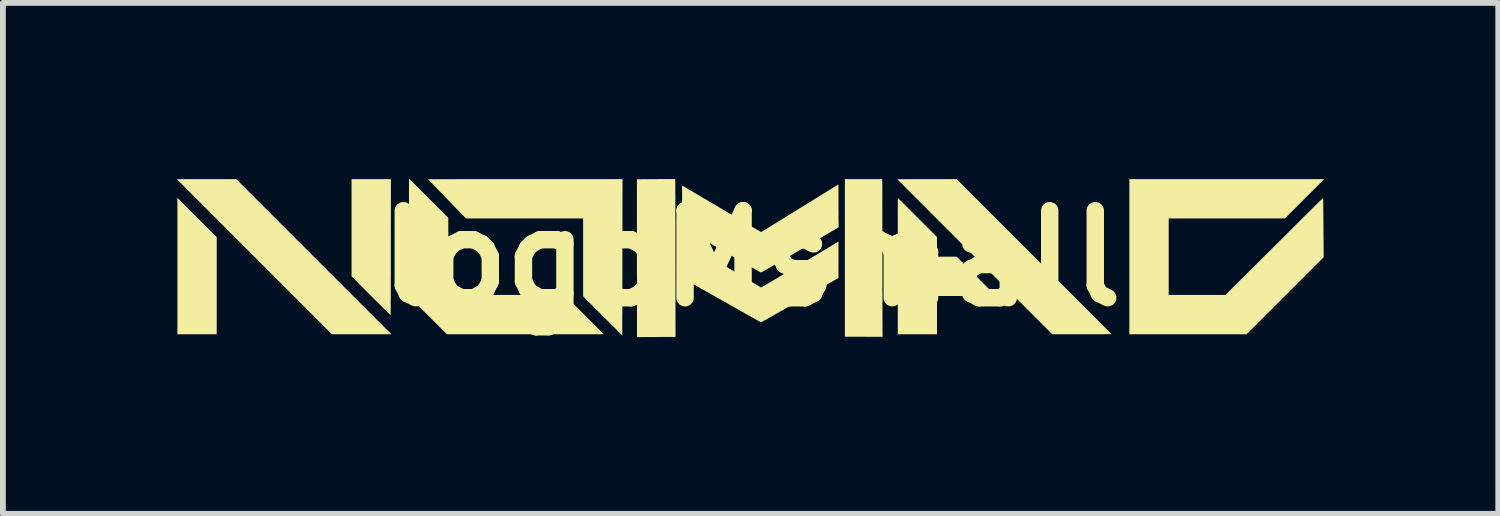
<source format=kicad_pcb>
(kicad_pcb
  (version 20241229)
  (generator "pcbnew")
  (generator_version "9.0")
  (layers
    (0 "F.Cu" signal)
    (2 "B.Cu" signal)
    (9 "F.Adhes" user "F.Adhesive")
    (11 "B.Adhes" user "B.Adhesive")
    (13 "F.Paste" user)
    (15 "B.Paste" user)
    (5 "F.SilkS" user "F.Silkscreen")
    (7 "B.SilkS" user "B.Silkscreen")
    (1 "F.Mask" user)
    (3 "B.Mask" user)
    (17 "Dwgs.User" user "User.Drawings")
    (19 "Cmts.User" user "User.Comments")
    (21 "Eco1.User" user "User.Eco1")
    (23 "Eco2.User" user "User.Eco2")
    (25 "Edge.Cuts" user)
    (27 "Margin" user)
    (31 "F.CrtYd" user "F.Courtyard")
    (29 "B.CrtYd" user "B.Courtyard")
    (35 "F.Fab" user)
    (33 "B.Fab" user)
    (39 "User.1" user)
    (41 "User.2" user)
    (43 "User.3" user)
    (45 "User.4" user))
  (footprint "logoMsmall"
    (layer "F.Cu")
    (at 9.902 1.404)
    (property "Reference" "logoMsmall" (at 0 0 0) (layer "F.SilkS") (effects (font (size 1.5 1.5) (thickness 0.3))))
    (attr board_only exclude_from_pos_files exclude_from_bom)
    (fp_poly (pts (xy -9.555 -0.706) (xy -9.216 -0.367) (xy -9.216 0.47) (xy -9.216 1.308) (xy -9.555 1.308) (xy -9.894 1.308) (xy -9.894 0.132) (xy -9.894 -1.045)) (stroke (width 0) (type solid)) (fill yes) (layer "F.SilkS"))
    (fp_poly (pts (xy -5.563 -1.037) (xy -5.224 -0.699) (xy -5.224 -0.035) (xy -5.224 0.63) (xy -4.221 0.63) (xy -3.219 0.631) (xy -2.881 0.969) (xy -2.543 1.308) (xy -3.896 1.308) (xy -5.249 1.308) (xy -5.576 0.981) (xy -5.902 0.655) (xy -5.902 -0.36) (xy -5.902 -1.374)) (stroke (width 0) (type solid)) (fill yes) (layer "F.SilkS"))
    (fp_poly (pts (xy 2.259 -0.06) (xy 2.259 0.013) (xy 2.259 0.085) (xy 2.259 0.155) (xy 2.259 0.225) (xy 2.259 0.294) (xy 2.259 0.361) (xy 2.259 0.427) (xy 2.259 0.491) (xy 2.259 0.554) (xy 2.26 0.615) (xy 2.26 0.674) (xy 2.26 0.731) (xy 2.26 0.786) (xy 2.26 0.839) (xy 2.26 0.889) (xy 2.26 0.938) (xy 2.26 0.983) (xy 2.26 1.027) (xy 2.26 1.067) (xy 2.261 1.105) (xy 2.261 1.139) (xy 2.261 1.171) (xy 2.261 1.199) (xy 2.261 1.224) (xy 2.261 1.246) (xy 2.261 1.264) (xy 2.261 1.279) (xy 2.261 1.29) (xy 2.261 1.297) (xy 2.261 1.3) (xy 2.263 1.352) (xy 2.006 1.352) (xy 1.973 1.351) (xy 1.94 1.351) (xy 1.907 1.351) (xy 1.875 1.351) (xy 1.844 1.351) (xy 1.815 1.351) (xy 1.788 1.351) (xy 1.762 1.351) (xy 1.739 1.351) (xy 1.719 1.351) (xy 1.702 1.351) (xy 1.688 1.351) (xy 1.681 1.351) (xy 1.612 1.35) (xy 1.612 -0.008) (xy 1.612 -1.366) (xy 1.935 -1.366) (xy 2.257 -1.366)) (stroke (width 0) (type solid)) (fill yes) (layer "F.SilkS"))
    (fp_poly (pts (xy 2.862 -0.707) (xy 3.2 -0.369) (xy 3.2 -0.2) (xy 3.2 -0.03) (xy 3.37 -0.03) (xy 3.539 -0.03) (xy 3.877 0.308) (xy 3.907 0.338) (xy 3.937 0.368) (xy 3.966 0.397) (xy 3.994 0.425) (xy 4.021 0.452) (xy 4.047 0.478) (xy 4.071 0.503) (xy 4.094 0.526) (xy 4.115 0.547) (xy 4.135 0.566) (xy 4.153 0.584) (xy 4.168 0.6) (xy 4.182 0.614) (xy 4.193 0.625) (xy 4.202 0.634) (xy 4.209 0.641) (xy 4.213 0.645) (xy 4.214 0.647) (xy 4.212 0.647) (xy 4.206 0.647) (xy 4.197 0.647) (xy 4.184 0.647) (xy 4.168 0.647) (xy 4.148 0.647) (xy 4.126 0.647) (xy 4.1 0.647) (xy 4.072 0.648) (xy 4.042 0.648) (xy 4.009 0.648) (xy 3.974 0.648) (xy 3.938 0.648) (xy 3.899 0.648) (xy 3.859 0.648) (xy 3.817 0.648) (xy 3.774 0.648) (xy 3.729 0.648) (xy 3.707 0.648) (xy 3.2 0.648) (xy 3.2 0.978) (xy 3.2 1.308) (xy 2.862 1.308) (xy 2.524 1.308) (xy 2.524 0.132) (xy 2.524 -1.045)) (stroke (width 0) (type solid)) (fill yes) (layer "F.SilkS"))
    (fp_poly (pts (xy -7.542 -0.029) (xy -6.205 1.308) (xy -6.718 1.308) (xy -7.231 1.308) (xy -8.567 -0.028) (xy -8.628 -0.089) (xy -8.689 -0.15) (xy -8.749 -0.21) (xy -8.808 -0.269) (xy -8.866 -0.327) (xy -8.923 -0.384) (xy -8.98 -0.441) (xy -9.035 -0.496) (xy -9.089 -0.55) (xy -9.142 -0.603) (xy -9.194 -0.655) (xy -9.244 -0.705) (xy -9.293 -0.754) (xy -9.341 -0.802) (xy -9.387 -0.848) (xy -9.431 -0.893) (xy -9.474 -0.936) (xy -9.516 -0.977) (xy -9.555 -1.017) (xy -9.593 -1.055) (xy -9.629 -1.09) (xy -9.663 -1.124) (xy -9.695 -1.157) (xy -9.725 -1.187) (xy -9.753 -1.214) (xy -9.778 -1.24) (xy -9.802 -1.264) (xy -9.823 -1.285) (xy -9.842 -1.304) (xy -9.858 -1.32) (xy -9.872 -1.334) (xy -9.883 -1.345) (xy -9.892 -1.354) (xy -9.898 -1.36) (xy -9.901 -1.364) (xy -9.902 -1.365) (xy -9.9 -1.365) (xy -9.894 -1.365) (xy -9.885 -1.365) (xy -9.872 -1.365) (xy -9.855 -1.365) (xy -9.836 -1.365) (xy -9.814 -1.365) (xy -9.788 -1.365) (xy -9.76 -1.366) (xy -9.73 -1.366) (xy -9.697 -1.366) (xy -9.662 -1.366) (xy -9.625 -1.366) (xy -9.587 -1.366) (xy -9.546 -1.366) (xy -9.504 -1.366) (xy -9.461 -1.366) (xy -9.417 -1.366) (xy -9.39 -1.366) (xy -8.879 -1.366)) (stroke (width 0) (type solid)) (fill yes) (layer "F.SilkS"))
    (fp_poly (pts (xy -6.215 -0.276) (xy -6.215 -0.189) (xy -6.215 -0.107) (xy -6.215 -0.028) (xy -6.215 0.047) (xy -6.215 0.118) (xy -6.215 0.186) (xy -6.215 0.25) (xy -6.216 0.311) (xy -6.216 0.368) (xy -6.216 0.423) (xy -6.216 0.474) (xy -6.216 0.522) (xy -6.216 0.567) (xy -6.216 0.609) (xy -6.216 0.648) (xy -6.216 0.685) (xy -6.217 0.719) (xy -6.217 0.75) (xy -6.217 0.779) (xy -6.217 0.806) (xy -6.217 0.83) (xy -6.217 0.852) (xy -6.217 0.872) (xy -6.218 0.89) (xy -6.218 0.906) (xy -6.218 0.921) (xy -6.218 0.933) (xy -6.218 0.944) (xy -6.219 0.953) (xy -6.219 0.96) (xy -6.219 0.966) (xy -6.219 0.971) (xy -6.219 0.974) (xy -6.22 0.977) (xy -6.22 0.978) (xy -6.22 0.978) (xy -6.222 0.977) (xy -6.226 0.973) (xy -6.233 0.966) (xy -6.242 0.957) (xy -6.253 0.946) (xy -6.266 0.933) (xy -6.281 0.918) (xy -6.298 0.902) (xy -6.317 0.884) (xy -6.336 0.864) (xy -6.357 0.844) (xy -6.379 0.822) (xy -6.401 0.8) (xy -6.411 0.79) (xy -6.437 0.764) (xy -6.465 0.736) (xy -6.494 0.707) (xy -6.524 0.678) (xy -6.554 0.648) (xy -6.584 0.618) (xy -6.614 0.588) (xy -6.643 0.559) (xy -6.67 0.532) (xy -6.696 0.505) (xy -6.72 0.481) (xy -6.742 0.46) (xy -6.746 0.456) (xy -6.892 0.308) (xy -6.892 -0.529) (xy -6.892 -1.366) (xy -6.553 -1.366) (xy -6.213 -1.366)) (stroke (width 0) (type solid)) (fill yes) (layer "F.SilkS"))
    (fp_poly (pts (xy 9.536 -1.027) (xy 9.197 -0.688) (xy 8.196 -0.688) (xy 7.194 -0.688) (xy 7.194 -0.029) (xy 7.194 0.63) (xy 7.683 0.63) (xy 8.171 0.63) (xy 8.751 0.054) (xy 8.794 0.011) (xy 8.838 -0.033) (xy 8.882 -0.077) (xy 8.927 -0.121) (xy 8.972 -0.165) (xy 9.016 -0.21) (xy 9.06 -0.254) (xy 9.104 -0.297) (xy 9.148 -0.34) (xy 9.19 -0.383) (xy 9.232 -0.424) (xy 9.273 -0.465) (xy 9.312 -0.504) (xy 9.35 -0.542) (xy 9.387 -0.578) (xy 9.422 -0.613) (xy 9.455 -0.646) (xy 9.486 -0.677) (xy 9.515 -0.706) (xy 9.542 -0.732) (xy 9.566 -0.757) (xy 9.588 -0.778) (xy 9.594 -0.784) (xy 9.621 -0.81) (xy 9.647 -0.837) (xy 9.672 -0.862) (xy 9.697 -0.886) (xy 9.72 -0.909) (xy 9.742 -0.931) (xy 9.762 -0.951) (xy 9.781 -0.969) (xy 9.798 -0.986) (xy 9.813 -1.001) (xy 9.826 -1.014) (xy 9.837 -1.025) (xy 9.846 -1.033) (xy 9.852 -1.039) (xy 9.856 -1.043) (xy 9.857 -1.044) (xy 9.857 -1.042) (xy 9.857 -1.036) (xy 9.857 -1.026) (xy 9.857 -1.013) (xy 9.858 -0.997) (xy 9.858 -0.977) (xy 9.858 -0.955) (xy 9.858 -0.93) (xy 9.859 -0.902) (xy 9.859 -0.871) (xy 9.859 -0.838) (xy 9.86 -0.803) (xy 9.86 -0.766) (xy 9.86 -0.728) (xy 9.861 -0.687) (xy 9.861 -0.645) (xy 9.861 -0.602) (xy 9.862 -0.558) (xy 9.862 -0.532) (xy 9.866 -0.021) (xy 9.202 0.643) (xy 8.537 1.308) (xy 7.527 1.308) (xy 6.516 1.308) (xy 6.516 -0.029) (xy 6.516 -1.366) (xy 8.195 -1.366) (xy 9.875 -1.366)) (stroke (width 0) (type solid)) (fill yes) (layer "F.SilkS"))
    (fp_poly (pts (xy -2.223 -0.061) (xy -2.223 0.012) (xy -2.223 0.083) (xy -2.223 0.154) (xy -2.223 0.223) (xy -2.223 0.292) (xy -2.223 0.359) (xy -2.224 0.424) (xy -2.224 0.488) (xy -2.224 0.55) (xy -2.224 0.611) (xy -2.224 0.67) (xy -2.224 0.726) (xy -2.224 0.781) (xy -2.224 0.833) (xy -2.224 0.883) (xy -2.224 0.931) (xy -2.225 0.976) (xy -2.225 1.019) (xy -2.225 1.059) (xy -2.225 1.096) (xy -2.225 1.13) (xy -2.225 1.161) (xy -2.225 1.189) (xy -2.225 1.213) (xy -2.225 1.234) (xy -2.225 1.252) (xy -2.225 1.266) (xy -2.226 1.277) (xy -2.226 1.283) (xy -2.226 1.285) (xy -2.227 1.325) (xy -2.266 1.287) (xy -2.271 1.282) (xy -2.279 1.274) (xy -2.29 1.264) (xy -2.302 1.251) (xy -2.318 1.236) (xy -2.335 1.219) (xy -2.354 1.2) (xy -2.374 1.18) (xy -2.397 1.157) (xy -2.42 1.134) (xy -2.446 1.109) (xy -2.472 1.083) (xy -2.499 1.055) (xy -2.527 1.027) (xy -2.556 0.999) (xy -2.585 0.97) (xy -2.603 0.952) (xy -2.9 0.655) (xy -2.9 -0.016) (xy -2.9 -0.688) (xy -3.91 -0.688) (xy -4.919 -0.688) (xy -5.246 -1.025) (xy -5.276 -1.056) (xy -5.305 -1.086) (xy -5.334 -1.116) (xy -5.361 -1.144) (xy -5.387 -1.171) (xy -5.413 -1.197) (xy -5.436 -1.222) (xy -5.459 -1.245) (xy -5.479 -1.266) (xy -5.498 -1.286) (xy -5.515 -1.304) (xy -5.53 -1.319) (xy -5.544 -1.333) (xy -5.554 -1.344) (xy -5.563 -1.353) (xy -5.569 -1.36) (xy -5.573 -1.363) (xy -5.574 -1.364) (xy -5.572 -1.364) (xy -5.566 -1.365) (xy -5.556 -1.365) (xy -5.543 -1.365) (xy -5.526 -1.365) (xy -5.505 -1.365) (xy -5.481 -1.365) (xy -5.454 -1.365) (xy -5.423 -1.365) (xy -5.389 -1.365) (xy -5.353 -1.365) (xy -5.313 -1.365) (xy -5.27 -1.365) (xy -5.224 -1.365) (xy -5.176 -1.365) (xy -5.125 -1.365) (xy -5.072 -1.366) (xy -5.016 -1.366) (xy -4.958 -1.366) (xy -4.898 -1.366) (xy -4.835 -1.366) (xy -4.77 -1.366) (xy -4.704 -1.366) (xy -4.635 -1.366) (xy -4.565 -1.366) (xy -4.493 -1.366) (xy -4.42 -1.366) (xy -4.345 -1.366) (xy -4.268 -1.366) (xy -4.191 -1.366) (xy -4.112 -1.366) (xy -4.032 -1.366) (xy -3.95 -1.366) (xy -3.898 -1.366) (xy -2.221 -1.366)) (stroke (width 0) (type solid)) (fill yes) (layer "F.SilkS"))
    (fp_poly (pts (xy 4.875 -0.03) (xy 4.936 0.031) (xy 4.997 0.092) (xy 5.057 0.152) (xy 5.116 0.211) (xy 5.174 0.269) (xy 5.231 0.326) (xy 5.288 0.383) (xy 5.343 0.438) (xy 5.397 0.492) (xy 5.45 0.545) (xy 5.502 0.597) (xy 5.552 0.647) (xy 5.601 0.696) (xy 5.649 0.744) (xy 5.695 0.79) (xy 5.739 0.835) (xy 5.782 0.878) (xy 5.824 0.919) (xy 5.863 0.959) (xy 5.901 0.997) (xy 5.937 1.032) (xy 5.971 1.066) (xy 6.003 1.099) (xy 6.033 1.129) (xy 6.061 1.156) (xy 6.086 1.182) (xy 6.11 1.206) (xy 6.131 1.227) (xy 6.15 1.246) (xy 6.166 1.262) (xy 6.18 1.276) (xy 6.191 1.287) (xy 6.2 1.296) (xy 6.206 1.302) (xy 6.209 1.306) (xy 6.21 1.306) (xy 6.208 1.307) (xy 6.202 1.307) (xy 6.193 1.307) (xy 6.18 1.307) (xy 6.163 1.307) (xy 6.144 1.307) (xy 6.122 1.307) (xy 6.096 1.307) (xy 6.068 1.308) (xy 6.038 1.308) (xy 6.005 1.308) (xy 5.97 1.308) (xy 5.933 1.308) (xy 5.895 1.308) (xy 5.854 1.308) (xy 5.812 1.308) (xy 5.769 1.308) (xy 5.725 1.308) (xy 5.698 1.308) (xy 5.187 1.308) (xy 3.851 -0.028) (xy 3.79 -0.089) (xy 3.729 -0.15) (xy 3.669 -0.21) (xy 3.61 -0.269) (xy 3.552 -0.327) (xy 3.495 -0.384) (xy 3.438 -0.441) (xy 3.383 -0.496) (xy 3.329 -0.55) (xy 3.276 -0.603) (xy 3.224 -0.655) (xy 3.174 -0.705) (xy 3.125 -0.754) (xy 3.077 -0.802) (xy 3.031 -0.848) (xy 2.987 -0.893) (xy 2.944 -0.936) (xy 2.902 -0.977) (xy 2.863 -1.017) (xy 2.825 -1.055) (xy 2.789 -1.09) (xy 2.755 -1.124) (xy 2.723 -1.157) (xy 2.693 -1.187) (xy 2.665 -1.214) (xy 2.64 -1.24) (xy 2.616 -1.264) (xy 2.595 -1.285) (xy 2.576 -1.304) (xy 2.56 -1.32) (xy 2.546 -1.334) (xy 2.535 -1.345) (xy 2.526 -1.354) (xy 2.52 -1.36) (xy 2.517 -1.364) (xy 2.516 -1.365) (xy 2.518 -1.365) (xy 2.524 -1.365) (xy 2.533 -1.365) (xy 2.546 -1.365) (xy 2.563 -1.365) (xy 2.582 -1.365) (xy 2.604 -1.365) (xy 2.63 -1.365) (xy 2.658 -1.366) (xy 2.688 -1.366) (xy 2.721 -1.366) (xy 2.756 -1.366) (xy 2.793 -1.366) (xy 2.831 -1.366) (xy 2.872 -1.366) (xy 2.914 -1.366) (xy 2.957 -1.366) (xy 3.001 -1.366) (xy 3.027 -1.366) (xy 3.539 -1.366)) (stroke (width 0) (type solid)) (fill yes) (layer "F.SilkS"))
    (fp_poly (pts (xy -1.363 -1.367) (xy -1.346 -1.367) (xy -1.333 -1.367) (xy -1.322 -1.367) (xy -1.315 -1.367) (xy -1.312 -1.367) (xy -1.312 -1.367) (xy -1.312 -1.365) (xy -1.312 -1.359) (xy -1.312 -1.349) (xy -1.311 -1.335) (xy -1.311 -1.318) (xy -1.311 -1.296) (xy -1.311 -1.272) (xy -1.311 -1.244) (xy -1.311 -1.212) (xy -1.311 -1.177) (xy -1.311 -1.139) (xy -1.31 -1.097) (xy -1.31 -1.052) (xy -1.31 -1.004) (xy -1.31 -0.954) (xy -1.31 -0.9) (xy -1.31 -0.843) (xy -1.31 -0.783) (xy -1.31 -0.721) (xy -1.31 -0.656) (xy -1.309 -0.588) (xy -1.309 -0.518) (xy -1.309 -0.445) (xy -1.309 -0.37) (xy -1.309 -0.293) (xy -1.309 -0.213) (xy -1.309 -0.131) (xy -1.309 -0.047) (xy -1.309 -0.005) (xy -1.307 1.354) (xy -1.408 1.354) (xy -1.424 1.354) (xy -1.444 1.354) (xy -1.467 1.354) (xy -1.492 1.354) (xy -1.52 1.354) (xy -1.55 1.354) (xy -1.581 1.355) (xy -1.613 1.355) (xy -1.646 1.355) (xy -1.679 1.355) (xy -1.712 1.355) (xy -1.741 1.355) (xy -1.972 1.357) (xy -1.972 0.312) (xy -1.973 0.213) (xy -1.973 0.118) (xy -1.973 0.027) (xy -1.973 -0.06) (xy -1.973 -0.144) (xy -1.973 -0.224) (xy -1.973 -0.3) (xy -1.973 -0.373) (xy -1.973 -0.443) (xy -1.973 -0.509) (xy -1.973 -0.572) (xy -1.973 -0.632) (xy -1.973 -0.689) (xy -1.973 -0.743) (xy -1.973 -0.794) (xy -1.973 -0.842) (xy -1.973 -0.887) (xy -1.973 -0.93) (xy -1.973 -0.97) (xy -1.973 -1.008) (xy -1.973 -1.043) (xy -1.973 -1.076) (xy -1.973 -1.107) (xy -1.973 -1.135) (xy -1.973 -1.161) (xy -1.973 -1.186) (xy -1.973 -1.208) (xy -1.973 -1.228) (xy -1.973 -1.247) (xy -1.973 -1.264) (xy -1.973 -1.279) (xy -1.973 -1.293) (xy -1.973 -1.305) (xy -1.973 -1.316) (xy -1.972 -1.325) (xy -1.972 -1.333) (xy -1.972 -1.34) (xy -1.972 -1.346) (xy -1.972 -1.351) (xy -1.972 -1.355) (xy -1.972 -1.358) (xy -1.972 -1.36) (xy -1.972 -1.362) (xy -1.972 -1.363) (xy -1.972 -1.363) (xy -1.972 -1.363) (xy -1.97 -1.363) (xy -1.964 -1.363) (xy -1.954 -1.364) (xy -1.942 -1.364) (xy -1.926 -1.364) (xy -1.908 -1.364) (xy -1.887 -1.365) (xy -1.864 -1.365) (xy -1.839 -1.365) (xy -1.812 -1.365) (xy -1.784 -1.365) (xy -1.755 -1.366) (xy -1.725 -1.366) (xy -1.694 -1.366) (xy -1.662 -1.366) (xy -1.631 -1.366) (xy -1.599 -1.367) (xy -1.568 -1.367) (xy -1.538 -1.367) (xy -1.508 -1.367) (xy -1.48 -1.367) (xy -1.453 -1.367) (xy -1.427 -1.367) (xy -1.404 -1.367) (xy -1.382 -1.367)) (stroke (width 0) (type solid)) (fill yes) (layer "F.SilkS"))
    (fp_poly (pts (xy -0.887 -0.131) (xy -0.849 -0.108) (xy -0.81 -0.084) (xy -0.768 -0.059) (xy -0.725 -0.033) (xy -0.681 -0.007) (xy -0.636 0.02) (xy -0.591 0.047) (xy -0.547 0.074) (xy -0.503 0.1) (xy -0.461 0.126) (xy -0.42 0.15) (xy -0.382 0.173) (xy -0.346 0.195) (xy -0.314 0.214) (xy -0.262 0.245) (xy -0.213 0.275) (xy -0.166 0.303) (xy -0.122 0.329) (xy -0.082 0.354) (xy -0.044 0.376) (xy -0.009 0.397) (xy 0.022 0.416) (xy 0.051 0.433) (xy 0.076 0.448) (xy 0.098 0.461) (xy 0.117 0.473) (xy 0.133 0.482) (xy 0.145 0.489) (xy 0.154 0.494) (xy 0.159 0.498) (xy 0.161 0.499) (xy 0.167 0.502) (xy 0.196 0.485) (xy 0.212 0.476) (xy 0.23 0.466) (xy 0.252 0.453) (xy 0.276 0.439) (xy 0.303 0.423) (xy 0.333 0.406) (xy 0.364 0.387) (xy 0.398 0.367) (xy 0.434 0.346) (xy 0.471 0.324) (xy 0.51 0.301) (xy 0.55 0.277) (xy 0.592 0.252) (xy 0.634 0.227) (xy 0.678 0.202) (xy 0.721 0.176) (xy 0.766 0.149) (xy 0.81 0.123) (xy 0.855 0.096) (xy 0.9 0.07) (xy 0.944 0.043) (xy 0.988 0.017) (xy 1.031 -0.009) (xy 1.073 -0.034) (xy 1.115 -0.058) (xy 1.155 -0.082) (xy 1.194 -0.106) (xy 1.231 -0.128) (xy 1.266 -0.149) (xy 1.3 -0.169) (xy 1.331 -0.188) (xy 1.361 -0.206) (xy 1.388 -0.222) (xy 1.412 -0.236) (xy 1.433 -0.249) (xy 1.451 -0.261) (xy 1.467 -0.27) (xy 1.473 -0.273) (xy 1.502 -0.292) (xy 1.502 0.023) (xy 1.501 0.338) (xy 1.239 0.489) (xy 1.162 0.533) (xy 1.089 0.576) (xy 1.019 0.616) (xy 0.953 0.654) (xy 0.89 0.691) (xy 0.829 0.725) (xy 0.772 0.758) (xy 0.718 0.789) (xy 0.667 0.818) (xy 0.619 0.846) (xy 0.574 0.872) (xy 0.531 0.897) (xy 0.491 0.919) (xy 0.454 0.941) (xy 0.419 0.961) (xy 0.387 0.979) (xy 0.358 0.996) (xy 0.33 1.011) (xy 0.306 1.025) (xy 0.283 1.038) (xy 0.263 1.05) (xy 0.245 1.06) (xy 0.228 1.069) (xy 0.214 1.077) (xy 0.202 1.084) (xy 0.192 1.089) (xy 0.184 1.094) (xy 0.177 1.097) (xy 0.173 1.1) (xy 0.169 1.101) (xy 0.168 1.102) (xy 0.168 1.102) (xy 0.165 1.101) (xy 0.159 1.099) (xy 0.153 1.095) (xy 0.15 1.094) (xy 0.142 1.089) (xy 0.132 1.084) (xy 0.12 1.077) (xy 0.105 1.069) (xy 0.088 1.059) (xy 0.069 1.048) (xy 0.047 1.036) (xy 0.022 1.022) (xy -0.005 1.007) (xy -0.035 0.99) (xy -0.068 0.972) (xy -0.103 0.952) (xy -0.141 0.93) (xy -0.183 0.907) (xy -0.227 0.882) (xy -0.274 0.855) (xy -0.324 0.827) (xy -0.378 0.796) (xy -0.435 0.764) (xy -0.494 0.731) (xy -0.558 0.695) (xy -0.624 0.657) (xy -0.686 0.622) (xy -0.741 0.591) (xy -0.793 0.562) (xy -0.841 0.535) (xy -0.886 0.51) (xy -0.927 0.486) (xy -0.965 0.465) (xy -1 0.445) (xy -1.032 0.427) (xy -1.06 0.411) (xy -1.085 0.397) (xy -1.107 0.385) (xy -1.126 0.374) (xy -1.141 0.366) (xy -1.154 0.359) (xy -1.163 0.353) (xy -1.17 0.35) (xy -1.172 0.348) (xy -1.179 0.344) (xy -1.186 0.341) (xy -1.19 0.338) (xy -1.191 0.338) (xy -1.191 0.337) (xy -1.191 0.336) (xy -1.192 0.335) (xy -1.192 0.333) (xy -1.192 0.33) (xy -1.193 0.325) (xy -1.193 0.32) (xy -1.193 0.313) (xy -1.193 0.304) (xy -1.193 0.294) (xy -1.194 0.281) (xy -1.194 0.266) (xy -1.194 0.249) (xy -1.194 0.23) (xy -1.194 0.207) (xy -1.194 0.182) (xy -1.194 0.154) (xy -1.194 0.122) (xy -1.194 0.087) (xy -1.194 0.048) (xy -1.194 0.01) (xy -1.193 -0.315)) (stroke (width 0) (type solid)) (fill yes) (layer "F.SilkS"))
    (fp_poly (pts (xy 1.5 -1.272) (xy 1.501 -1.266) (xy 1.501 -1.257) (xy 1.501 -1.245) (xy 1.501 -1.229) (xy 1.501 -1.211) (xy 1.502 -1.19) (xy 1.502 -1.167) (xy 1.502 -1.141) (xy 1.502 -1.114) (xy 1.502 -1.086) (xy 1.502 -1.056) (xy 1.502 -1.023) (xy 1.502 -0.988) (xy 1.502 -0.952) (xy 1.502 -0.916) (xy 1.502 -0.879) (xy 1.502 -0.843) (xy 1.503 -0.808) (xy 1.503 -0.775) (xy 1.503 -0.744) (xy 1.503 -0.716) (xy 1.503 -0.691) (xy 1.503 -0.688) (xy 1.505 -0.537) (xy 1.473 -0.518) (xy 1.46 -0.51) (xy 1.444 -0.5) (xy 1.425 -0.489) (xy 1.403 -0.476) (xy 1.379 -0.462) (xy 1.352 -0.446) (xy 1.323 -0.429) (xy 1.291 -0.411) (xy 1.258 -0.391) (xy 1.223 -0.37) (xy 1.186 -0.349) (xy 1.148 -0.327) (xy 1.109 -0.303) (xy 1.068 -0.28) (xy 1.027 -0.255) (xy 0.984 -0.231) (xy 0.941 -0.206) (xy 0.898 -0.18) (xy 0.854 -0.155) (xy 0.811 -0.129) (xy 0.767 -0.104) (xy 0.724 -0.078) (xy 0.681 -0.053) (xy 0.638 -0.029) (xy 0.597 -0.004) (xy 0.556 0.019) (xy 0.516 0.042) (xy 0.478 0.065) (xy 0.441 0.086) (xy 0.406 0.107) (xy 0.372 0.126) (xy 0.341 0.145) (xy 0.311 0.162) (xy 0.284 0.178) (xy 0.259 0.192) (xy 0.237 0.205) (xy 0.218 0.216) (xy 0.202 0.225) (xy 0.188 0.233) (xy 0.18 0.238) (xy 0.174 0.241) (xy 0.169 0.243) (xy 0.167 0.244) (xy 0.164 0.243) (xy 0.159 0.241) (xy 0.157 0.24) (xy 0.153 0.238) (xy 0.147 0.234) (xy 0.136 0.228) (xy 0.123 0.221) (xy 0.107 0.211) (xy 0.089 0.201) (xy 0.067 0.189) (xy 0.044 0.175) (xy 0.018 0.16) (xy -0.01 0.144) (xy -0.041 0.127) (xy -0.073 0.108) (xy -0.106 0.089) (xy -0.142 0.069) (xy -0.178 0.047) (xy -0.216 0.026) (xy -0.255 0.003) (xy -0.295 -0.02) (xy -0.336 -0.043) (xy -0.377 -0.067) (xy -0.419 -0.091) (xy -0.462 -0.116) (xy -0.504 -0.14) (xy -0.547 -0.165) (xy -0.59 -0.19) (xy -0.632 -0.214) (xy -0.656 -0.228) (xy -0.675 -0.239) (xy -0.698 -0.252) (xy -0.723 -0.267) (xy -0.75 -0.282) (xy -0.779 -0.299) (xy -0.81 -0.317) (xy -0.841 -0.335) (xy -0.873 -0.353) (xy -0.905 -0.371) (xy -0.936 -0.389) (xy -0.966 -0.407) (xy -0.989 -0.42) (xy -1.194 -0.539) (xy -1.194 -0.897) (xy -1.194 -1.256) (xy -1.19 -1.254) (xy -1.187 -1.252) (xy -1.182 -1.249) (xy -1.173 -1.244) (xy -1.161 -1.237) (xy -1.146 -1.229) (xy -1.129 -1.218) (xy -1.109 -1.207) (xy -1.087 -1.193) (xy -1.062 -1.179) (xy -1.036 -1.163) (xy -1.007 -1.146) (xy -0.976 -1.128) (xy -0.944 -1.109) (xy -0.91 -1.09) (xy -0.875 -1.069) (xy -0.839 -1.047) (xy -0.801 -1.025) (xy -0.763 -1.003) (xy -0.724 -0.979) (xy -0.684 -0.956) (xy -0.644 -0.932) (xy -0.603 -0.908) (xy -0.562 -0.884) (xy -0.521 -0.86) (xy -0.48 -0.836) (xy -0.439 -0.811) (xy -0.399 -0.788) (xy -0.359 -0.764) (xy -0.32 -0.741) (xy -0.281 -0.718) (xy -0.244 -0.696) (xy -0.207 -0.675) (xy -0.172 -0.654) (xy -0.139 -0.634) (xy -0.106 -0.615) (xy -0.076 -0.597) (xy -0.047 -0.58) (xy -0.021 -0.564) (xy 0.004 -0.55) (xy 0.026 -0.537) (xy 0.046 -0.525) (xy 0.063 -0.515) (xy 0.078 -0.506) (xy 0.085 -0.502) (xy 0.102 -0.492) (xy 0.117 -0.483) (xy 0.131 -0.475) (xy 0.143 -0.468) (xy 0.153 -0.462) (xy 0.161 -0.458) (xy 0.166 -0.455) (xy 0.167 -0.454) (xy 0.169 -0.455) (xy 0.174 -0.458) (xy 0.181 -0.462) (xy 0.192 -0.468) (xy 0.205 -0.476) (xy 0.221 -0.486) (xy 0.24 -0.498) (xy 0.262 -0.511) (xy 0.287 -0.526) (xy 0.315 -0.544) (xy 0.347 -0.563) (xy 0.381 -0.584) (xy 0.418 -0.607) (xy 0.458 -0.632) (xy 0.502 -0.658) (xy 0.549 -0.687) (xy 0.598 -0.718) (xy 0.651 -0.751) (xy 0.708 -0.785) (xy 0.767 -0.822) (xy 0.83 -0.861) (xy 0.896 -0.901) (xy 0.965 -0.944) (xy 1.038 -0.989) (xy 1.114 -1.036) (xy 1.193 -1.085) (xy 1.212 -1.097) (xy 1.243 -1.116) (xy 1.273 -1.134) (xy 1.302 -1.152) (xy 1.33 -1.169) (xy 1.356 -1.186) (xy 1.38 -1.201) (xy 1.403 -1.215) (xy 1.424 -1.228) (xy 1.443 -1.239) (xy 1.459 -1.249) (xy 1.473 -1.258) (xy 1.484 -1.265) (xy 1.493 -1.27) (xy 1.498 -1.273) (xy 1.5 -1.274) (xy 1.5 -1.274)) (stroke (width 0) (type solid)) (fill yes) (layer "F.SilkS")))
  (gr_rect
    (start -3 -3)
    (end 22.777 5.808)
    (stroke (width 0.1) (type default))
    (fill no)
    (layer "Edge.Cuts")))
</source>
